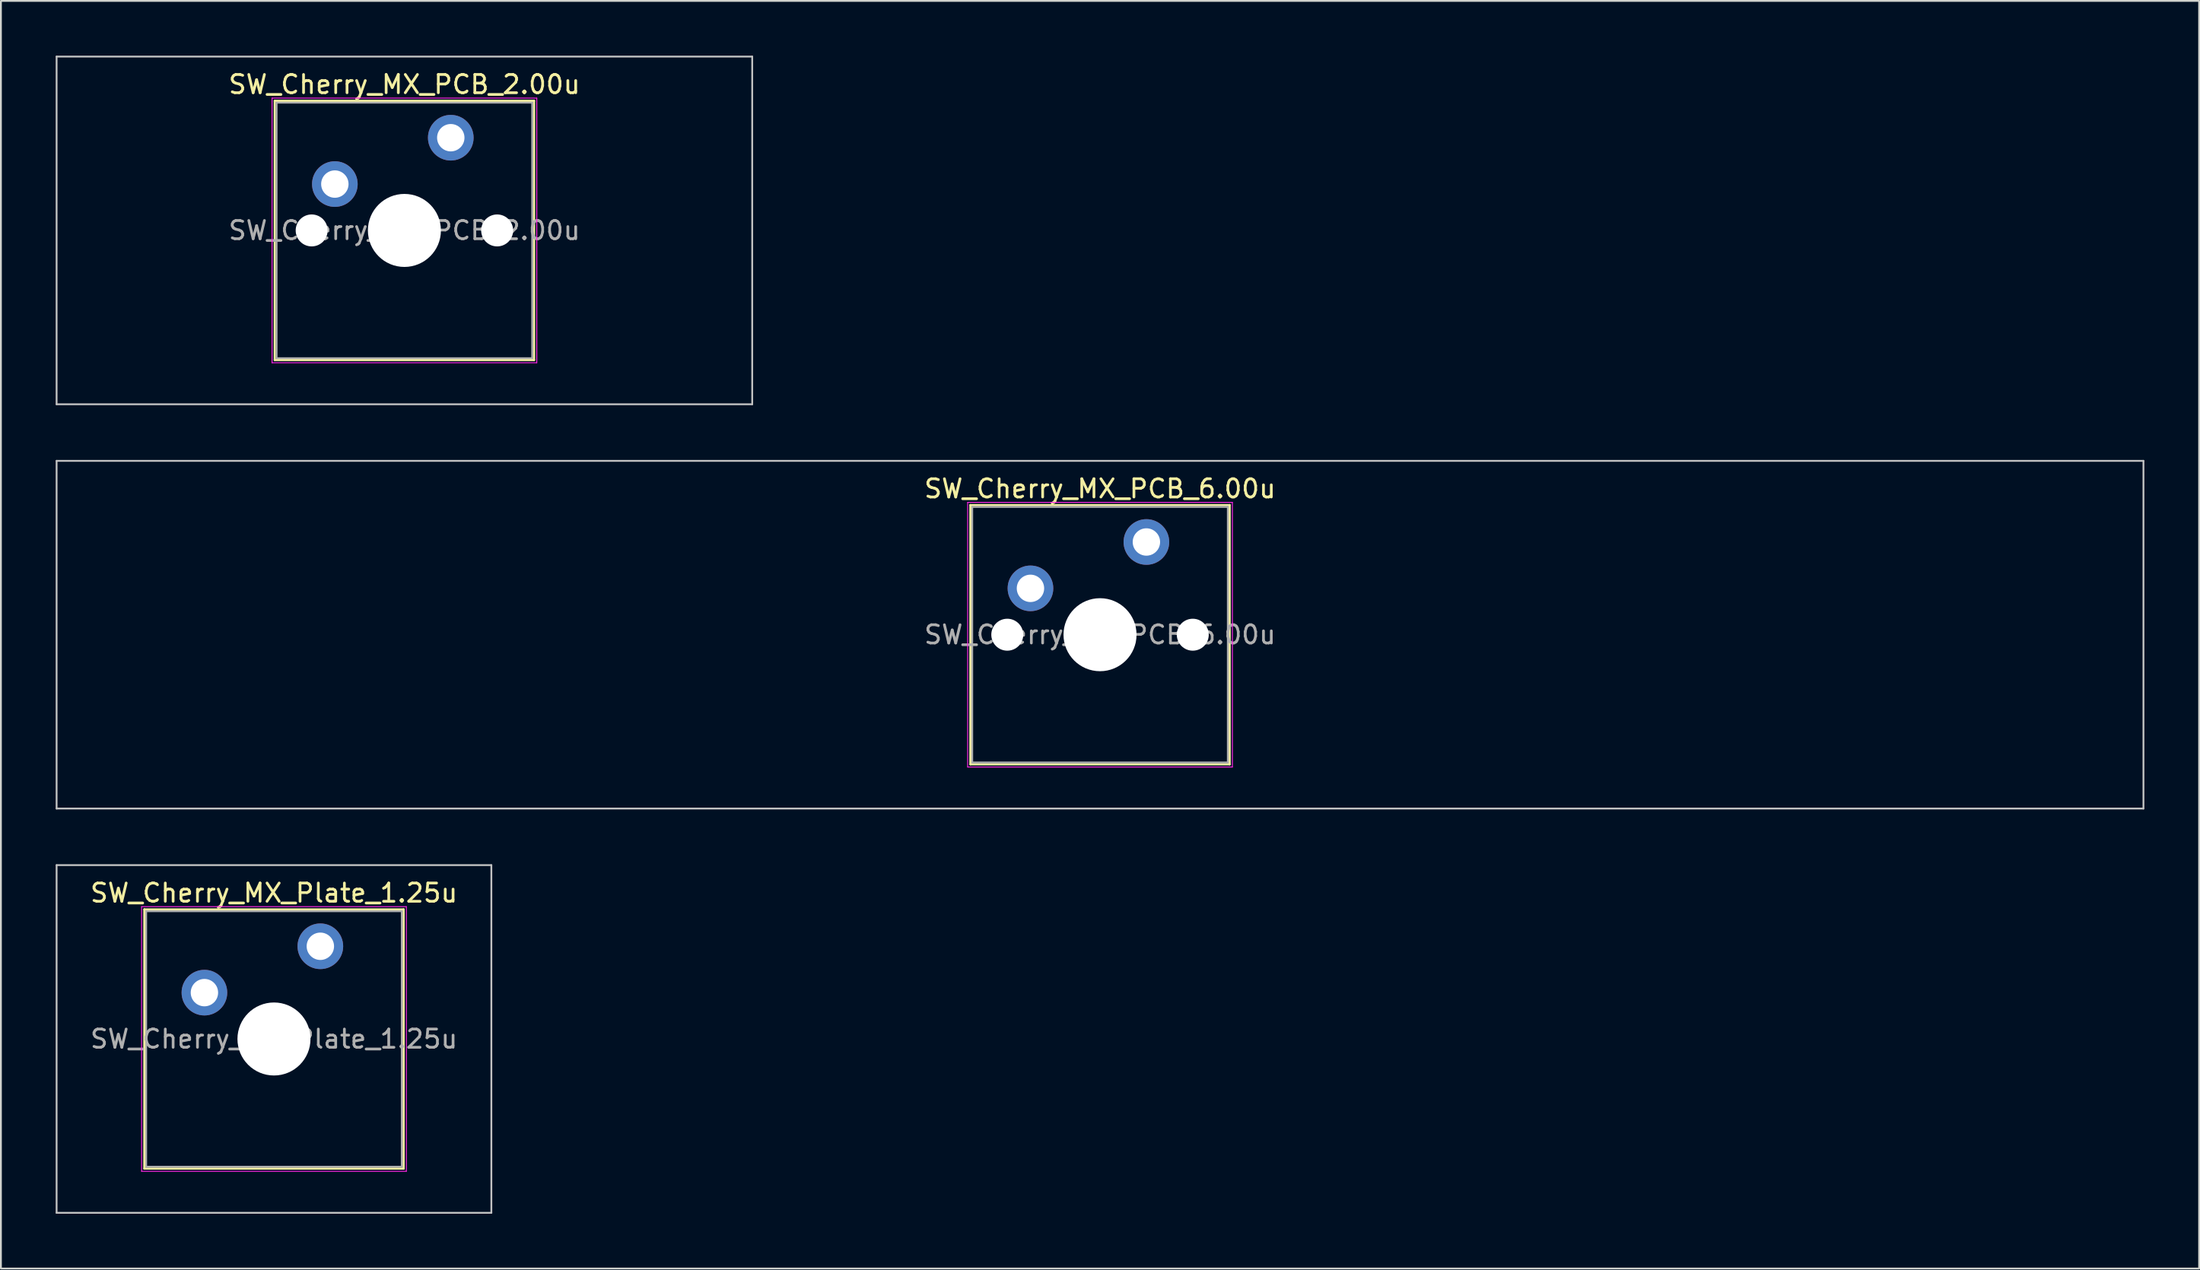
<source format=kicad_pcb>
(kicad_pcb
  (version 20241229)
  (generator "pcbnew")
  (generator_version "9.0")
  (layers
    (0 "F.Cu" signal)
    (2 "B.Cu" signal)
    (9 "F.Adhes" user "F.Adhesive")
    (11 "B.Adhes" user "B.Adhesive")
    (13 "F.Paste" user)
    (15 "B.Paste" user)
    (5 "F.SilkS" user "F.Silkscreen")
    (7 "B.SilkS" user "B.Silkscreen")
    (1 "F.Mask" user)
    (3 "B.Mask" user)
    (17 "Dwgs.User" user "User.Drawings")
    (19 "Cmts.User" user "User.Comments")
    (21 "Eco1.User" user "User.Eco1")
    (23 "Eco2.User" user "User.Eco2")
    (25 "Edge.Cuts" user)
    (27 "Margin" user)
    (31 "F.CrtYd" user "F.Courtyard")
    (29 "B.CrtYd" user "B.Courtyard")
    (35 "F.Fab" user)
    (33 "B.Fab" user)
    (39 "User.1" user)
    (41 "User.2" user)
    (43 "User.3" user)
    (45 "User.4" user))
  (footprint "SW_Cherry_MX_PCB_2.00u"
    (layer "F.Cu")
    (at 19.1 9.575)
    (property "Reference" "SW_Cherry_MX_PCB_2.00u" (at 0 -8 0) (layer "F.SilkS") (effects (font (size 1 1) (thickness 0.15))))
    (attr through_hole)
    (fp_line (start -7.1 -7.1) (end -7.1 7.1) (stroke (width 0.12) (type solid)) (layer "F.SilkS"))
    (fp_line (start -7.1 7.1) (end 7.1 7.1) (stroke (width 0.12) (type solid)) (layer "F.SilkS"))
    (fp_line (start 7.1 -7.1) (end -7.1 -7.1) (stroke (width 0.12) (type solid)) (layer "F.SilkS"))
    (fp_line (start 7.1 7.1) (end 7.1 -7.1) (stroke (width 0.12) (type solid)) (layer "F.SilkS"))
    (fp_line (start -19.05 -9.525) (end -19.05 9.525) (stroke (width 0.1) (type solid)) (layer "Dwgs.User"))
    (fp_line (start -19.05 9.525) (end 19.05 9.525) (stroke (width 0.1) (type solid)) (layer "Dwgs.User"))
    (fp_line (start 19.05 -9.525) (end -19.05 -9.525) (stroke (width 0.1) (type solid)) (layer "Dwgs.User"))
    (fp_line (start 19.05 9.525) (end 19.05 -9.525) (stroke (width 0.1) (type solid)) (layer "Dwgs.User"))
    (fp_line (start -7 -7) (end -7 7) (stroke (width 0.1) (type solid)) (layer "Eco1.User"))
    (fp_line (start -7 7) (end 7 7) (stroke (width 0.1) (type solid)) (layer "Eco1.User"))
    (fp_line (start 7 -7) (end -7 -7) (stroke (width 0.1) (type solid)) (layer "Eco1.User"))
    (fp_line (start 7 7) (end 7 -7) (stroke (width 0.1) (type solid)) (layer "Eco1.User"))
    (fp_line (start -7.25 -7.25) (end -7.25 7.25) (stroke (width 0.05) (type solid)) (layer "F.CrtYd"))
    (fp_line (start -7.25 7.25) (end 7.25 7.25) (stroke (width 0.05) (type solid)) (layer "F.CrtYd"))
    (fp_line (start 7.25 -7.25) (end -7.25 -7.25) (stroke (width 0.05) (type solid)) (layer "F.CrtYd"))
    (fp_line (start 7.25 7.25) (end 7.25 -7.25) (stroke (width 0.05) (type solid)) (layer "F.CrtYd"))
    (fp_line (start -7 -7) (end -7 7) (stroke (width 0.1) (type solid)) (layer "F.Fab"))
    (fp_line (start -7 7) (end 7 7) (stroke (width 0.1) (type solid)) (layer "F.Fab"))
    (fp_line (start 7 -7) (end -7 -7) (stroke (width 0.1) (type solid)) (layer "F.Fab"))
    (fp_line (start 7 7) (end 7 -7) (stroke (width 0.1) (type solid)) (layer "F.Fab"))
    (fp_text user "${REFERENCE}" (at 0 0 0) (layer "F.Fab") (effects (font (size 1 1) (thickness 0.15))))
    (pad "" np_thru_hole circle (at -5.08 0) (size 1.75 1.75) (drill 1.75) (layers "*.Cu" "*.Mask"))
    (pad "" np_thru_hole circle (at 0 0) (size 4 4) (drill 4) (layers "*.Cu" "*.Mask"))
    (pad "" np_thru_hole circle (at 5.08 0) (size 1.75 1.75) (drill 1.75) (layers "*.Cu" "*.Mask"))
    (pad "1" thru_hole circle (at -3.81 -2.54) (size 2.5 2.5) (drill 1.5) (layers "*.Cu" "B.Mask"))
    (pad "2" thru_hole circle (at 2.54 -5.08) (size 2.5 2.5) (drill 1.5) (layers "*.Cu" "B.Mask")))
  (footprint "SW_Cherry_MX_PCB_6.00u"
    (layer "F.Cu")
    (at 57.2 31.725)
    (property "Reference" "SW_Cherry_MX_PCB_6.00u" (at 0 -8 0) (layer "F.SilkS") (effects (font (size 1 1) (thickness 0.15))))
    (attr through_hole)
    (fp_line (start -7.1 -7.1) (end -7.1 7.1) (stroke (width 0.12) (type solid)) (layer "F.SilkS"))
    (fp_line (start -7.1 7.1) (end 7.1 7.1) (stroke (width 0.12) (type solid)) (layer "F.SilkS"))
    (fp_line (start 7.1 -7.1) (end -7.1 -7.1) (stroke (width 0.12) (type solid)) (layer "F.SilkS"))
    (fp_line (start 7.1 7.1) (end 7.1 -7.1) (stroke (width 0.12) (type solid)) (layer "F.SilkS"))
    (fp_line (start -57.15 -9.525) (end -57.15 9.525) (stroke (width 0.1) (type solid)) (layer "Dwgs.User"))
    (fp_line (start -57.15 9.525) (end 57.15 9.525) (stroke (width 0.1) (type solid)) (layer "Dwgs.User"))
    (fp_line (start 57.15 -9.525) (end -57.15 -9.525) (stroke (width 0.1) (type solid)) (layer "Dwgs.User"))
    (fp_line (start 57.15 9.525) (end 57.15 -9.525) (stroke (width 0.1) (type solid)) (layer "Dwgs.User"))
    (fp_line (start -7.8 -6) (end -7 -6) (stroke (width 0.1) (type solid)) (layer "Eco1.User"))
    (fp_line (start -7.8 -2.9) (end -7.8 -6) (stroke (width 0.1) (type solid)) (layer "Eco1.User"))
    (fp_line (start -7.8 2.9) (end -7 2.9) (stroke (width 0.1) (type solid)) (layer "Eco1.User"))
    (fp_line (start -7.8 6) (end -7.8 2.9) (stroke (width 0.1) (type solid)) (layer "Eco1.User"))
    (fp_line (start -7 -7) (end 7 -7) (stroke (width 0.1) (type solid)) (layer "Eco1.User"))
    (fp_line (start -7 -6) (end -7 -7) (stroke (width 0.1) (type solid)) (layer "Eco1.User"))
    (fp_line (start -7 -2.9) (end -7.8 -2.9) (stroke (width 0.1) (type solid)) (layer "Eco1.User"))
    (fp_line (start -7 2.9) (end -7 -2.9) (stroke (width 0.1) (type solid)) (layer "Eco1.User"))
    (fp_line (start -7 6) (end -7.8 6) (stroke (width 0.1) (type solid)) (layer "Eco1.User"))
    (fp_line (start -7 7) (end -7 6) (stroke (width 0.1) (type solid)) (layer "Eco1.User"))
    (fp_line (start 7 -7) (end 7 -6) (stroke (width 0.1) (type solid)) (layer "Eco1.User"))
    (fp_line (start 7 -6) (end 7.8 -6) (stroke (width 0.1) (type solid)) (layer "Eco1.User"))
    (fp_line (start 7 -2.9) (end 7 2.9) (stroke (width 0.1) (type solid)) (layer "Eco1.User"))
    (fp_line (start 7 2.9) (end 7.8 2.9) (stroke (width 0.1) (type solid)) (layer "Eco1.User"))
    (fp_line (start 7 6) (end 7 7) (stroke (width 0.1) (type solid)) (layer "Eco1.User"))
    (fp_line (start 7 7) (end -7 7) (stroke (width 0.1) (type solid)) (layer "Eco1.User"))
    (fp_line (start 7.8 -6) (end 7.8 -2.9) (stroke (width 0.1) (type solid)) (layer "Eco1.User"))
    (fp_line (start 7.8 -2.9) (end 7 -2.9) (stroke (width 0.1) (type solid)) (layer "Eco1.User"))
    (fp_line (start 7.8 2.9) (end 7.8 6) (stroke (width 0.1) (type solid)) (layer "Eco1.User"))
    (fp_line (start 7.8 6) (end 7 6) (stroke (width 0.1) (type solid)) (layer "Eco1.User"))
    (fp_line (start -7.25 -7.25) (end -7.25 7.25) (stroke (width 0.05) (type solid)) (layer "F.CrtYd"))
    (fp_line (start -7.25 7.25) (end 7.25 7.25) (stroke (width 0.05) (type solid)) (layer "F.CrtYd"))
    (fp_line (start 7.25 -7.25) (end -7.25 -7.25) (stroke (width 0.05) (type solid)) (layer "F.CrtYd"))
    (fp_line (start 7.25 7.25) (end 7.25 -7.25) (stroke (width 0.05) (type solid)) (layer "F.CrtYd"))
    (fp_line (start -7 -7) (end -7 7) (stroke (width 0.1) (type solid)) (layer "F.Fab"))
    (fp_line (start -7 7) (end 7 7) (stroke (width 0.1) (type solid)) (layer "F.Fab"))
    (fp_line (start 7 -7) (end -7 -7) (stroke (width 0.1) (type solid)) (layer "F.Fab"))
    (fp_line (start 7 7) (end 7 -7) (stroke (width 0.1) (type solid)) (layer "F.Fab"))
    (fp_text user "${REFERENCE}" (at 0 0 0) (layer "F.Fab") (effects (font (size 1 1) (thickness 0.15))))
    (pad "" np_thru_hole circle (at -5.08 0) (size 1.75 1.75) (drill 1.75) (layers "*.Cu" "*.Mask"))
    (pad "" np_thru_hole circle (at 0 0) (size 4 4) (drill 4) (layers "*.Cu" "*.Mask"))
    (pad "" np_thru_hole circle (at 5.08 0) (size 1.75 1.75) (drill 1.75) (layers "*.Cu" "*.Mask"))
    (pad "1" thru_hole circle (at -3.81 -2.54) (size 2.5 2.5) (drill 1.5) (layers "*.Cu" "B.Mask"))
    (pad "2" thru_hole circle (at 2.54 -5.08) (size 2.5 2.5) (drill 1.5) (layers "*.Cu" "B.Mask")))
  (footprint "SW_Cherry_MX_Plate_1.25u"
    (layer "F.Cu")
    (at 11.956 53.875)
    (property "Reference" "SW_Cherry_MX_Plate_1.25u" (at 0 -8 0) (layer "F.SilkS") (effects (font (size 1 1) (thickness 0.15))))
    (attr through_hole)
    (fp_line (start -7.1 -7.1) (end -7.1 7.1) (stroke (width 0.12) (type solid)) (layer "F.SilkS"))
    (fp_line (start -7.1 7.1) (end 7.1 7.1) (stroke (width 0.12) (type solid)) (layer "F.SilkS"))
    (fp_line (start 7.1 -7.1) (end -7.1 -7.1) (stroke (width 0.12) (type solid)) (layer "F.SilkS"))
    (fp_line (start 7.1 7.1) (end 7.1 -7.1) (stroke (width 0.12) (type solid)) (layer "F.SilkS"))
    (fp_line (start -11.906 -9.525) (end -11.906 9.525) (stroke (width 0.1) (type solid)) (layer "Dwgs.User"))
    (fp_line (start -11.906 9.525) (end 11.906 9.525) (stroke (width 0.1) (type solid)) (layer "Dwgs.User"))
    (fp_line (start 11.906 -9.525) (end -11.906 -9.525) (stroke (width 0.1) (type solid)) (layer "Dwgs.User"))
    (fp_line (start 11.906 9.525) (end 11.906 -9.525) (stroke (width 0.1) (type solid)) (layer "Dwgs.User"))
    (fp_line (start -7 -7) (end -7 7) (stroke (width 0.1) (type solid)) (layer "Eco1.User"))
    (fp_line (start -7 7) (end 7 7) (stroke (width 0.1) (type solid)) (layer "Eco1.User"))
    (fp_line (start 7 -7) (end -7 -7) (stroke (width 0.1) (type solid)) (layer "Eco1.User"))
    (fp_line (start 7 7) (end 7 -7) (stroke (width 0.1) (type solid)) (layer "Eco1.User"))
    (fp_line (start -7.25 -7.25) (end -7.25 7.25) (stroke (width 0.05) (type solid)) (layer "F.CrtYd"))
    (fp_line (start -7.25 7.25) (end 7.25 7.25) (stroke (width 0.05) (type solid)) (layer "F.CrtYd"))
    (fp_line (start 7.25 -7.25) (end -7.25 -7.25) (stroke (width 0.05) (type solid)) (layer "F.CrtYd"))
    (fp_line (start 7.25 7.25) (end 7.25 -7.25) (stroke (width 0.05) (type solid)) (layer "F.CrtYd"))
    (fp_line (start -7 -7) (end -7 7) (stroke (width 0.1) (type solid)) (layer "F.Fab"))
    (fp_line (start -7 7) (end 7 7) (stroke (width 0.1) (type solid)) (layer "F.Fab"))
    (fp_line (start 7 -7) (end -7 -7) (stroke (width 0.1) (type solid)) (layer "F.Fab"))
    (fp_line (start 7 7) (end 7 -7) (stroke (width 0.1) (type solid)) (layer "F.Fab"))
    (fp_text user "${REFERENCE}" (at 0 0 0) (layer "F.Fab") (effects (font (size 1 1) (thickness 0.15))))
    (pad "" np_thru_hole circle (at 0 0) (size 4 4) (drill 4) (layers "*.Cu" "*.Mask"))
    (pad "1" thru_hole circle (at -3.81 -2.54) (size 2.5 2.5) (drill 1.5) (layers "*.Cu" "*.Mask"))
    (pad "2" thru_hole circle (at 2.54 -5.08) (size 2.5 2.5) (drill 1.5) (layers "*.Cu" "*.Mask")))
  (gr_rect
    (start -3 -3)
    (end 117.4 66.45)
    (stroke (width 0.1) (type default))
    (fill no)
    (layer "Edge.Cuts")))
</source>
